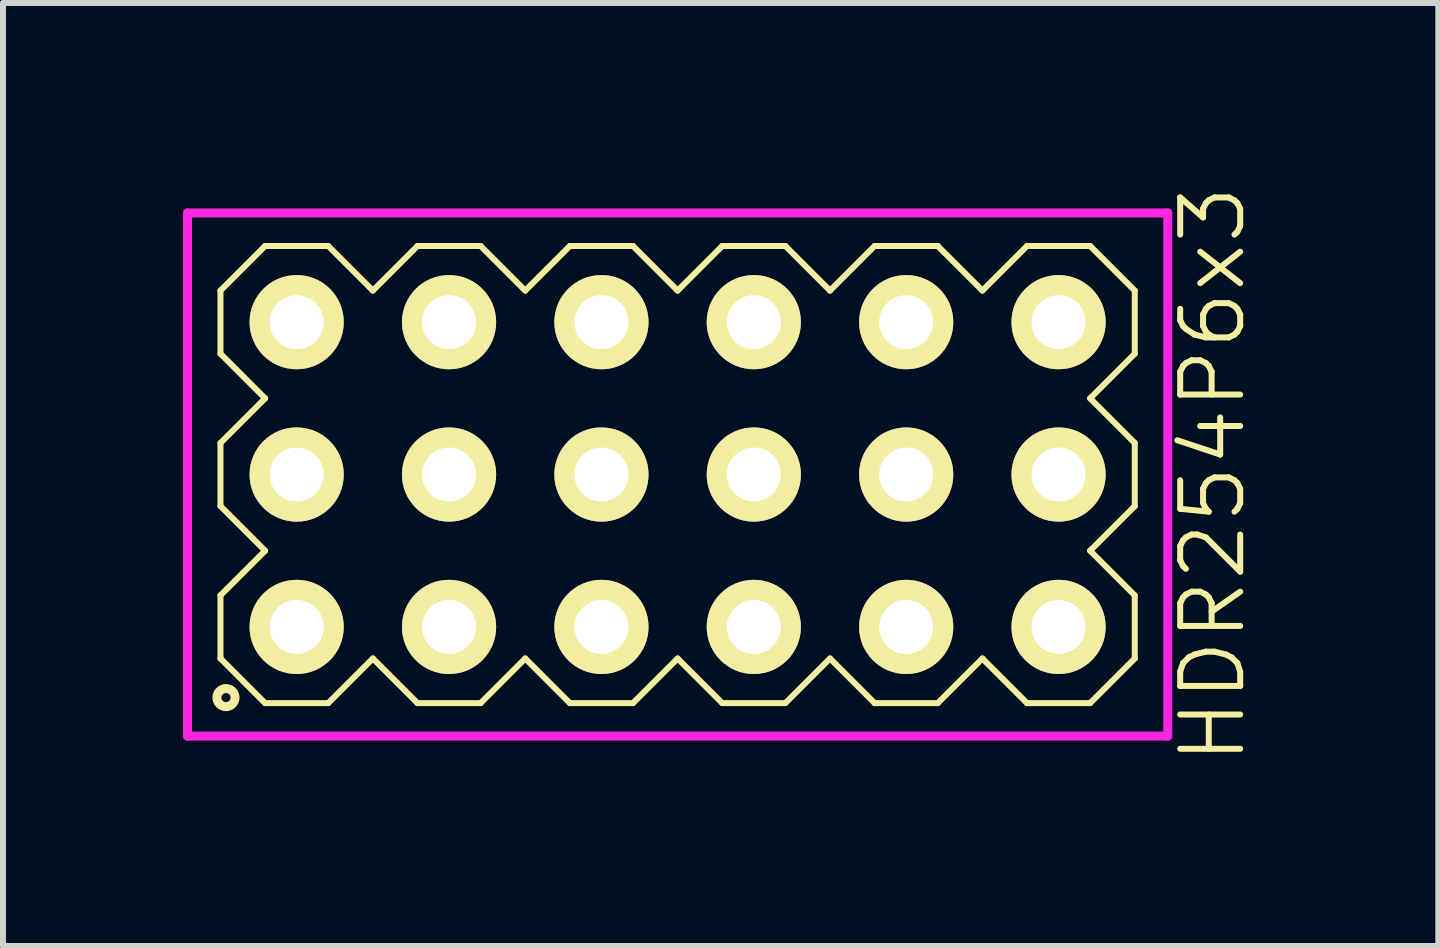
<source format=kicad_pcb>
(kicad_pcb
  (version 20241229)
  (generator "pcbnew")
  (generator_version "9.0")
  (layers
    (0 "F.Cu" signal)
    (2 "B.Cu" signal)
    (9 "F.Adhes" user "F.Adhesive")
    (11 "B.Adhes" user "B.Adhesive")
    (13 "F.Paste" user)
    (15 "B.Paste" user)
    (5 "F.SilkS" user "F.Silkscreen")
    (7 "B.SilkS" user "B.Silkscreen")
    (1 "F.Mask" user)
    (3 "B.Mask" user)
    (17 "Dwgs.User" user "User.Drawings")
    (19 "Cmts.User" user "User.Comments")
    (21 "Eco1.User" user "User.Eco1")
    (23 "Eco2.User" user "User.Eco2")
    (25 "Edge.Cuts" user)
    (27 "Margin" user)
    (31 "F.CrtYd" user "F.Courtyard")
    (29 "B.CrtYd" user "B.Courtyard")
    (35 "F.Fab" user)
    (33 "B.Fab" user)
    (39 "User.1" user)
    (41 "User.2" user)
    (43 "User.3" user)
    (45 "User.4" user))
  (footprint "HDR254P6x3"
    (layer "F.Cu")
    (at 8.245 4.86)
    (property "Reference" "HDR254P6x3" (at 8.92 0 90) (layer "F.SilkS") (effects (font (size 1 1) (thickness 0.1))))
    (attr through_hole)
    (fp_line (start -7.62 -3.066) (end -6.876 -3.81) (stroke (width 0.1) (type solid)) (layer "F.SilkS"))
    (fp_line (start -7.62 -2.014) (end -7.62 -3.066) (stroke (width 0.1) (type solid)) (layer "F.SilkS"))
    (fp_line (start -7.62 -0.526) (end -6.876 -1.27) (stroke (width 0.1) (type solid)) (layer "F.SilkS"))
    (fp_line (start -7.62 0.526) (end -7.62 -0.526) (stroke (width 0.1) (type solid)) (layer "F.SilkS"))
    (fp_line (start -7.62 2.014) (end -6.876 1.27) (stroke (width 0.1) (type solid)) (layer "F.SilkS"))
    (fp_line (start -7.62 3.066) (end -7.62 2.014) (stroke (width 0.1) (type solid)) (layer "F.SilkS"))
    (fp_line (start -6.876 -3.81) (end -5.824 -3.81) (stroke (width 0.1) (type solid)) (layer "F.SilkS"))
    (fp_line (start -6.876 -1.27) (end -7.62 -2.014) (stroke (width 0.1) (type solid)) (layer "F.SilkS"))
    (fp_line (start -6.876 1.27) (end -7.62 0.526) (stroke (width 0.1) (type solid)) (layer "F.SilkS"))
    (fp_line (start -6.876 3.81) (end -7.62 3.066) (stroke (width 0.1) (type solid)) (layer "F.SilkS"))
    (fp_line (start -5.824 -3.81) (end -5.08 -3.066) (stroke (width 0.1) (type solid)) (layer "F.SilkS"))
    (fp_line (start -5.824 3.81) (end -6.876 3.81) (stroke (width 0.1) (type solid)) (layer "F.SilkS"))
    (fp_line (start -5.08 -3.066) (end -4.336 -3.81) (stroke (width 0.1) (type solid)) (layer "F.SilkS"))
    (fp_line (start -5.08 3.066) (end -5.824 3.81) (stroke (width 0.1) (type solid)) (layer "F.SilkS"))
    (fp_line (start -4.336 -3.81) (end -3.284 -3.81) (stroke (width 0.1) (type solid)) (layer "F.SilkS"))
    (fp_line (start -4.336 3.81) (end -5.08 3.066) (stroke (width 0.1) (type solid)) (layer "F.SilkS"))
    (fp_line (start -3.284 -3.81) (end -2.54 -3.066) (stroke (width 0.1) (type solid)) (layer "F.SilkS"))
    (fp_line (start -3.284 3.81) (end -4.336 3.81) (stroke (width 0.1) (type solid)) (layer "F.SilkS"))
    (fp_line (start -2.54 -3.066) (end -1.796 -3.81) (stroke (width 0.1) (type solid)) (layer "F.SilkS"))
    (fp_line (start -2.54 3.066) (end -3.284 3.81) (stroke (width 0.1) (type solid)) (layer "F.SilkS"))
    (fp_line (start -1.796 -3.81) (end -0.744 -3.81) (stroke (width 0.1) (type solid)) (layer "F.SilkS"))
    (fp_line (start -1.796 3.81) (end -2.54 3.066) (stroke (width 0.1) (type solid)) (layer "F.SilkS"))
    (fp_line (start -0.744 -3.81) (end 0 -3.066) (stroke (width 0.1) (type solid)) (layer "F.SilkS"))
    (fp_line (start -0.744 3.81) (end -1.796 3.81) (stroke (width 0.1) (type solid)) (layer "F.SilkS"))
    (fp_line (start 0 -3.066) (end 0.744 -3.81) (stroke (width 0.1) (type solid)) (layer "F.SilkS"))
    (fp_line (start 0 3.066) (end -0.744 3.81) (stroke (width 0.1) (type solid)) (layer "F.SilkS"))
    (fp_line (start 0.744 -3.81) (end 1.796 -3.81) (stroke (width 0.1) (type solid)) (layer "F.SilkS"))
    (fp_line (start 0.744 3.81) (end 0 3.066) (stroke (width 0.1) (type solid)) (layer "F.SilkS"))
    (fp_line (start 1.796 -3.81) (end 2.54 -3.066) (stroke (width 0.1) (type solid)) (layer "F.SilkS"))
    (fp_line (start 1.796 3.81) (end 0.744 3.81) (stroke (width 0.1) (type solid)) (layer "F.SilkS"))
    (fp_line (start 2.54 -3.066) (end 3.284 -3.81) (stroke (width 0.1) (type solid)) (layer "F.SilkS"))
    (fp_line (start 2.54 3.066) (end 1.796 3.81) (stroke (width 0.1) (type solid)) (layer "F.SilkS"))
    (fp_line (start 3.284 -3.81) (end 4.336 -3.81) (stroke (width 0.1) (type solid)) (layer "F.SilkS"))
    (fp_line (start 3.284 3.81) (end 2.54 3.066) (stroke (width 0.1) (type solid)) (layer "F.SilkS"))
    (fp_line (start 4.336 -3.81) (end 5.08 -3.066) (stroke (width 0.1) (type solid)) (layer "F.SilkS"))
    (fp_line (start 4.336 3.81) (end 3.284 3.81) (stroke (width 0.1) (type solid)) (layer "F.SilkS"))
    (fp_line (start 5.08 -3.066) (end 5.824 -3.81) (stroke (width 0.1) (type solid)) (layer "F.SilkS"))
    (fp_line (start 5.08 3.066) (end 4.336 3.81) (stroke (width 0.1) (type solid)) (layer "F.SilkS"))
    (fp_line (start 5.824 -3.81) (end 6.876 -3.81) (stroke (width 0.1) (type solid)) (layer "F.SilkS"))
    (fp_line (start 5.824 3.81) (end 5.08 3.066) (stroke (width 0.1) (type solid)) (layer "F.SilkS"))
    (fp_line (start 6.876 -3.81) (end 7.62 -3.066) (stroke (width 0.1) (type solid)) (layer "F.SilkS"))
    (fp_line (start 6.876 -1.27) (end 7.62 -0.526) (stroke (width 0.1) (type solid)) (layer "F.SilkS"))
    (fp_line (start 6.876 1.27) (end 7.62 2.014) (stroke (width 0.1) (type solid)) (layer "F.SilkS"))
    (fp_line (start 6.876 3.81) (end 5.824 3.81) (stroke (width 0.1) (type solid)) (layer "F.SilkS"))
    (fp_line (start 7.62 -3.066) (end 7.62 -2.014) (stroke (width 0.1) (type solid)) (layer "F.SilkS"))
    (fp_line (start 7.62 -2.014) (end 6.876 -1.27) (stroke (width 0.1) (type solid)) (layer "F.SilkS"))
    (fp_line (start 7.62 -0.526) (end 7.62 0.526) (stroke (width 0.1) (type solid)) (layer "F.SilkS"))
    (fp_line (start 7.62 0.526) (end 6.876 1.27) (stroke (width 0.1) (type solid)) (layer "F.SilkS"))
    (fp_line (start 7.62 2.014) (end 7.62 3.066) (stroke (width 0.1) (type solid)) (layer "F.SilkS"))
    (fp_line (start 7.62 3.066) (end 6.876 3.81) (stroke (width 0.1) (type solid)) (layer "F.SilkS"))
    (fp_circle (center -7.528 3.718) (end -7.377 3.718) (stroke (width 0.15) (type solid)) (fill no) (layer "F.SilkS"))
    (fp_line (start -8.17 -4.36) (end -8.17 4.36) (stroke (width 0.15) (type solid)) (layer "F.CrtYd"))
    (fp_line (start -8.17 4.36) (end 8.17 4.36) (stroke (width 0.15) (type solid)) (layer "F.CrtYd"))
    (fp_line (start 8.17 -4.36) (end -8.17 -4.36) (stroke (width 0.15) (type solid)) (layer "F.CrtYd"))
    (fp_line (start 8.17 4.36) (end 8.17 -4.36) (stroke (width 0.15) (type solid)) (layer "F.CrtYd"))
    (pad "1" thru_hole oval (at -6.35 2.54) (size 1.57 1.57) (drill 0.9) (layers "*.Cu" "*.Mask" "F.SilkS"))
    (pad "2" thru_hole oval (at -6.35 0) (size 1.57 1.57) (drill 0.9) (layers "*.Cu" "*.Mask" "F.SilkS"))
    (pad "3" thru_hole oval (at -6.35 -2.54) (size 1.57 1.57) (drill 0.9) (layers "*.Cu" "*.Mask" "F.SilkS"))
    (pad "4" thru_hole oval (at -3.81 2.54) (size 1.57 1.57) (drill 0.9) (layers "*.Cu" "*.Mask" "F.SilkS"))
    (pad "5" thru_hole oval (at -3.81 0) (size 1.57 1.57) (drill 0.9) (layers "*.Cu" "*.Mask" "F.SilkS"))
    (pad "6" thru_hole oval (at -3.81 -2.54) (size 1.57 1.57) (drill 0.9) (layers "*.Cu" "*.Mask" "F.SilkS"))
    (pad "7" thru_hole oval (at -1.27 2.54) (size 1.57 1.57) (drill 0.9) (layers "*.Cu" "*.Mask" "F.SilkS"))
    (pad "8" thru_hole oval (at -1.27 0) (size 1.57 1.57) (drill 0.9) (layers "*.Cu" "*.Mask" "F.SilkS"))
    (pad "9" thru_hole oval (at -1.27 -2.54) (size 1.57 1.57) (drill 0.9) (layers "*.Cu" "*.Mask" "F.SilkS"))
    (pad "10" thru_hole oval (at 1.27 2.54) (size 1.57 1.57) (drill 0.9) (layers "*.Cu" "*.Mask" "F.SilkS"))
    (pad "11" thru_hole oval (at 1.27 0) (size 1.57 1.57) (drill 0.9) (layers "*.Cu" "*.Mask" "F.SilkS"))
    (pad "12" thru_hole oval (at 1.27 -2.54) (size 1.57 1.57) (drill 0.9) (layers "*.Cu" "*.Mask" "F.SilkS"))
    (pad "13" thru_hole oval (at 3.81 2.54) (size 1.57 1.57) (drill 0.9) (layers "*.Cu" "*.Mask" "F.SilkS"))
    (pad "14" thru_hole oval (at 3.81 0) (size 1.57 1.57) (drill 0.9) (layers "*.Cu" "*.Mask" "F.SilkS"))
    (pad "15" thru_hole oval (at 3.81 -2.54) (size 1.57 1.57) (drill 0.9) (layers "*.Cu" "*.Mask" "F.SilkS"))
    (pad "16" thru_hole oval (at 6.35 2.54) (size 1.57 1.57) (drill 0.9) (layers "*.Cu" "*.Mask" "F.SilkS"))
    (pad "17" thru_hole oval (at 6.35 0) (size 1.57 1.57) (drill 0.9) (layers "*.Cu" "*.Mask" "F.SilkS"))
    (pad "18" thru_hole oval (at 6.35 -2.54) (size 1.57 1.57) (drill 0.9) (layers "*.Cu" "*.Mask" "F.SilkS")))
  (gr_rect
    (start -3 -3)
    (end 20.925 12.719)
    (stroke (width 0.1) (type default))
    (fill no)
    (layer "Edge.Cuts")))
</source>
